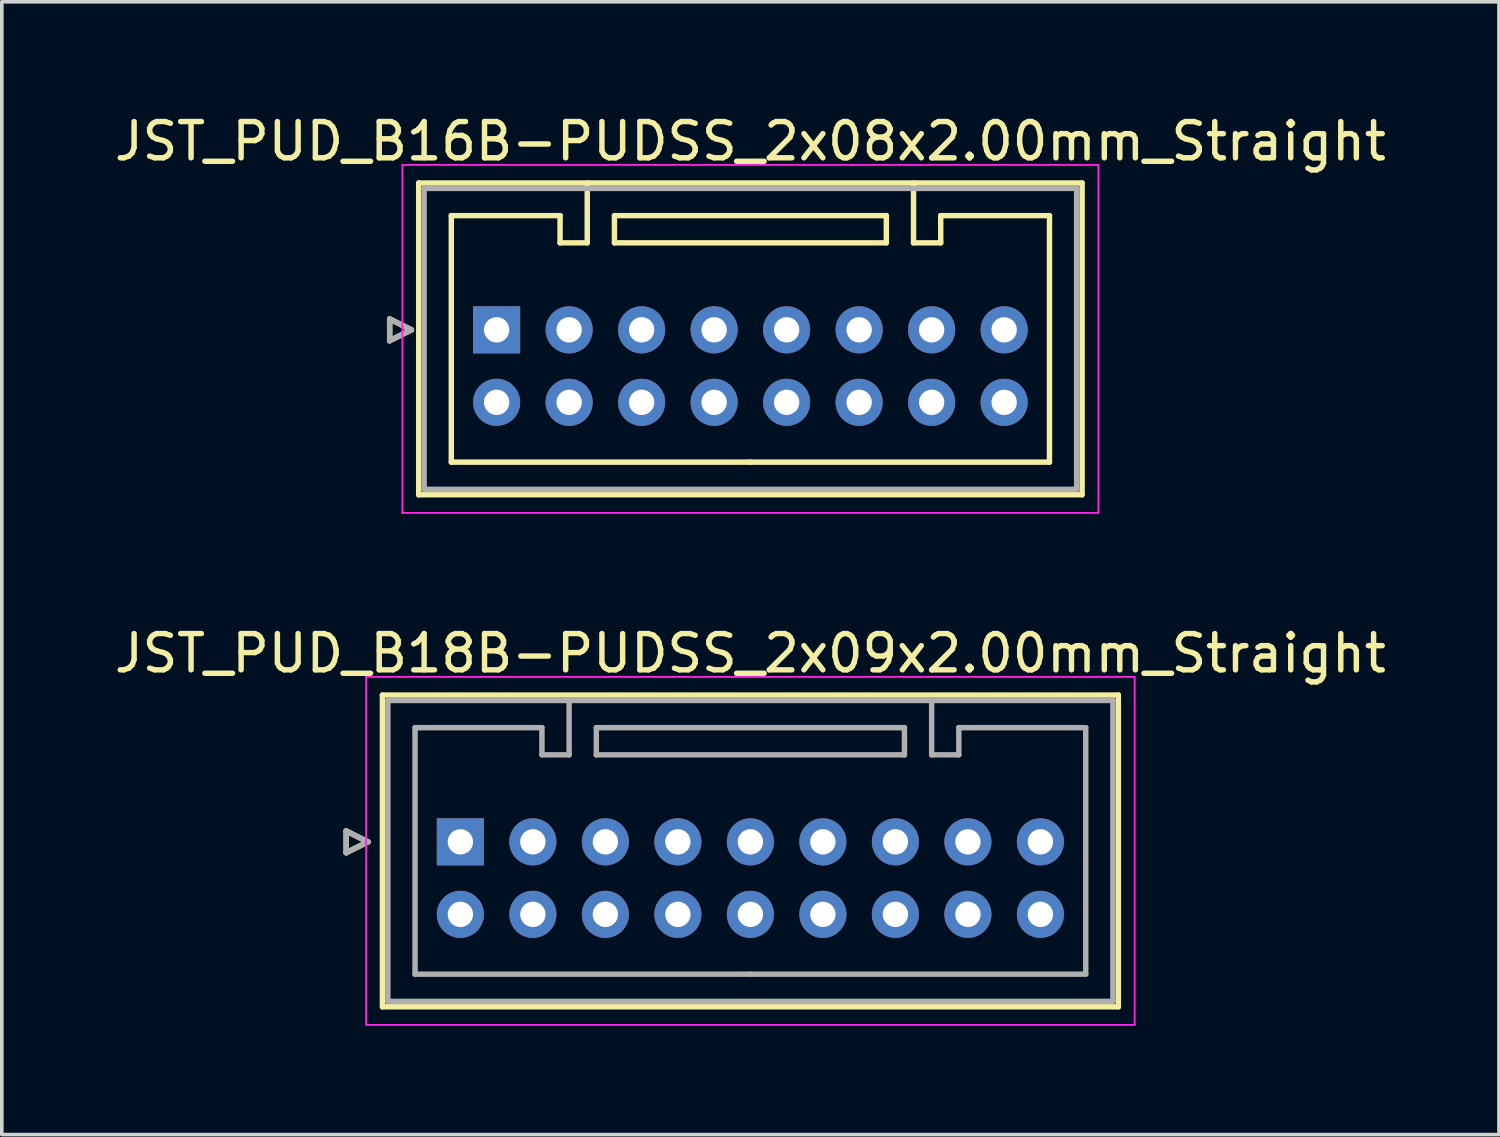
<source format=kicad_pcb>
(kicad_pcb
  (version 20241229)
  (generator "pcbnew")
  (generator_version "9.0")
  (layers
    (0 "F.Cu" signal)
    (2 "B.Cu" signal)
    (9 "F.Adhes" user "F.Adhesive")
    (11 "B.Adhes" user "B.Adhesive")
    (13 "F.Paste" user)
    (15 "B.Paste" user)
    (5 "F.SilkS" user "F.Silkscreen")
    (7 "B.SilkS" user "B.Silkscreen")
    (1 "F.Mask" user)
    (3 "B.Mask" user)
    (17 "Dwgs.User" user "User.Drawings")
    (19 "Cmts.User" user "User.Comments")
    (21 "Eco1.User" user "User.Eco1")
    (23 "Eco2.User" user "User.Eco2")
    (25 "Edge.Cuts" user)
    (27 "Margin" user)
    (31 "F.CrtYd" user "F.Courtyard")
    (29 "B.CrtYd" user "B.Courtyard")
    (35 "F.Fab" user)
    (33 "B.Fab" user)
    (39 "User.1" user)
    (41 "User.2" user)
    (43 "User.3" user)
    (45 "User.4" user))
  (footprint "JST_PUD_B18B-PUDSS_2x09x2.00mm_Straight"
    (layer "F.Cu")
    (at 9.649 20.172)
    (property "Reference" "JST_PUD_B18B-PUDSS_2x09x2.00mm_Straight" (at 8 -5.2 0) (layer "F.SilkS") (effects (font (size 1 1) (thickness 0.15))))
    (attr through_hole)
    (fp_line (start -3.15 -0.3) (end -2.55 0) (stroke (width 0.15) (type solid)) (layer "F.SilkS"))
    (fp_line (start -3.15 0.3) (end -3.15 -0.3) (stroke (width 0.15) (type solid)) (layer "F.SilkS"))
    (fp_line (start -2.55 0) (end -3.15 0.3) (stroke (width 0.15) (type solid)) (layer "F.SilkS"))
    (fp_line (start -2.15 -4.05) (end -2.15 4.55) (stroke (width 0.15) (type solid)) (layer "F.SilkS"))
    (fp_line (start -2.15 4.55) (end 18.15 4.55) (stroke (width 0.15) (type solid)) (layer "F.SilkS"))
    (fp_line (start 18.15 -4.05) (end -2.15 -4.05) (stroke (width 0.15) (type solid)) (layer "F.SilkS"))
    (fp_line (start 18.15 4.55) (end 18.15 -4.05) (stroke (width 0.15) (type solid)) (layer "F.SilkS"))
    (fp_line (start -2.6 -4.55) (end -2.6 5.05) (stroke (width 0.05) (type solid)) (layer "F.CrtYd"))
    (fp_line (start -2.6 5.05) (end 18.6 5.05) (stroke (width 0.05) (type solid)) (layer "F.CrtYd"))
    (fp_line (start 18.6 -4.55) (end -2.6 -4.55) (stroke (width 0.05) (type solid)) (layer "F.CrtYd"))
    (fp_line (start 18.6 5.05) (end 18.6 -4.55) (stroke (width 0.05) (type solid)) (layer "F.CrtYd"))
    (fp_line (start -3.15 -0.3) (end -2.55 0) (stroke (width 0.15) (type solid)) (layer "F.Fab"))
    (fp_line (start -3.15 0.3) (end -3.15 -0.3) (stroke (width 0.15) (type solid)) (layer "F.Fab"))
    (fp_line (start -2.55 0) (end -3.15 0.3) (stroke (width 0.15) (type solid)) (layer "F.Fab"))
    (fp_line (start -2 -3.9) (end -2 4.4) (stroke (width 0.15) (type solid)) (layer "F.Fab"))
    (fp_line (start -2 4.4) (end 18 4.4) (stroke (width 0.15) (type solid)) (layer "F.Fab"))
    (fp_line (start -1.25 -3.15) (end -1.25 3.65) (stroke (width 0.15) (type solid)) (layer "F.Fab"))
    (fp_line (start -1.25 3.65) (end 8 3.65) (stroke (width 0.15) (type solid)) (layer "F.Fab"))
    (fp_line (start 2.25 -3.15) (end -1.25 -3.15) (stroke (width 0.15) (type solid)) (layer "F.Fab"))
    (fp_line (start 2.25 -2.4) (end 2.25 -3.15) (stroke (width 0.15) (type solid)) (layer "F.Fab"))
    (fp_line (start 3 -3.9) (end 3 -2.4) (stroke (width 0.15) (type solid)) (layer "F.Fab"))
    (fp_line (start 3 -2.4) (end 2.25 -2.4) (stroke (width 0.15) (type solid)) (layer "F.Fab"))
    (fp_line (start 3.75 -3.15) (end 3.75 -2.4) (stroke (width 0.15) (type solid)) (layer "F.Fab"))
    (fp_line (start 3.75 -2.4) (end 12.25 -2.4) (stroke (width 0.15) (type solid)) (layer "F.Fab"))
    (fp_line (start 12.25 -3.15) (end 3.75 -3.15) (stroke (width 0.15) (type solid)) (layer "F.Fab"))
    (fp_line (start 12.25 -2.4) (end 12.25 -3.15) (stroke (width 0.15) (type solid)) (layer "F.Fab"))
    (fp_line (start 13 -3.9) (end 13 -2.4) (stroke (width 0.15) (type solid)) (layer "F.Fab"))
    (fp_line (start 13 -2.4) (end 13.75 -2.4) (stroke (width 0.15) (type solid)) (layer "F.Fab"))
    (fp_line (start 13.75 -3.15) (end 17.25 -3.15) (stroke (width 0.15) (type solid)) (layer "F.Fab"))
    (fp_line (start 13.75 -2.4) (end 13.75 -3.15) (stroke (width 0.15) (type solid)) (layer "F.Fab"))
    (fp_line (start 17.25 -3.15) (end 17.25 3.65) (stroke (width 0.15) (type solid)) (layer "F.Fab"))
    (fp_line (start 17.25 3.65) (end 8 3.65) (stroke (width 0.15) (type solid)) (layer "F.Fab"))
    (fp_line (start 18 -3.9) (end -2 -3.9) (stroke (width 0.15) (type solid)) (layer "F.Fab"))
    (fp_line (start 18 4.4) (end 18 -3.9) (stroke (width 0.15) (type solid)) (layer "F.Fab"))
    (pad "1" thru_hole rect (at 0 0) (size 1.3 1.3) (drill 0.7) (layers "*.Cu" "*.Mask"))
    (pad "2" thru_hole circle (at 0 2) (size 1.3 1.3) (drill 0.7) (layers "*.Cu" "*.Mask"))
    (pad "3" thru_hole circle (at 2 0) (size 1.3 1.3) (drill 0.7) (layers "*.Cu" "*.Mask"))
    (pad "4" thru_hole circle (at 2 2) (size 1.3 1.3) (drill 0.7) (layers "*.Cu" "*.Mask"))
    (pad "5" thru_hole circle (at 4 0) (size 1.3 1.3) (drill 0.7) (layers "*.Cu" "*.Mask"))
    (pad "6" thru_hole circle (at 4 2) (size 1.3 1.3) (drill 0.7) (layers "*.Cu" "*.Mask"))
    (pad "7" thru_hole circle (at 6 0) (size 1.3 1.3) (drill 0.7) (layers "*.Cu" "*.Mask"))
    (pad "8" thru_hole circle (at 6 2) (size 1.3 1.3) (drill 0.7) (layers "*.Cu" "*.Mask"))
    (pad "9" thru_hole circle (at 8 0) (size 1.3 1.3) (drill 0.7) (layers "*.Cu" "*.Mask"))
    (pad "10" thru_hole circle (at 8 2) (size 1.3 1.3) (drill 0.7) (layers "*.Cu" "*.Mask"))
    (pad "11" thru_hole circle (at 10 0) (size 1.3 1.3) (drill 0.7) (layers "*.Cu" "*.Mask"))
    (pad "12" thru_hole circle (at 10 2) (size 1.3 1.3) (drill 0.7) (layers "*.Cu" "*.Mask"))
    (pad "13" thru_hole circle (at 12 0) (size 1.3 1.3) (drill 0.7) (layers "*.Cu" "*.Mask"))
    (pad "14" thru_hole circle (at 12 2) (size 1.3 1.3) (drill 0.7) (layers "*.Cu" "*.Mask"))
    (pad "15" thru_hole circle (at 14 0) (size 1.3 1.3) (drill 0.7) (layers "*.Cu" "*.Mask"))
    (pad "16" thru_hole circle (at 14 2) (size 1.3 1.3) (drill 0.7) (layers "*.Cu" "*.Mask"))
    (pad "17" thru_hole circle (at 16 0) (size 1.3 1.3) (drill 0.7) (layers "*.Cu" "*.Mask"))
    (pad "18" thru_hole circle (at 16 2) (size 1.3 1.3) (drill 0.7) (layers "*.Cu" "*.Mask")))
  (footprint "JST_PUD_B16B-PUDSS_2x08x2.00mm_Straight"
    (layer "F.Cu")
    (at 10.649 6.048)
    (property "Reference" "JST_PUD_B16B-PUDSS_2x08x2.00mm_Straight" (at 7 -5.2 0) (layer "F.SilkS") (effects (font (size 1 1) (thickness 0.15))))
    (attr through_hole)
    (fp_line (start -2.95 -0.3) (end -2.35 0) (stroke (width 0.15) (type solid)) (layer "F.SilkS"))
    (fp_line (start -2.95 0.3) (end -2.95 -0.3) (stroke (width 0.15) (type solid)) (layer "F.SilkS"))
    (fp_line (start -2.35 0) (end -2.95 0.3) (stroke (width 0.15) (type solid)) (layer "F.SilkS"))
    (fp_line (start -2.15 -4.05) (end -2.15 4.55) (stroke (width 0.15) (type solid)) (layer "F.SilkS"))
    (fp_line (start -2.15 4.55) (end 16.15 4.55) (stroke (width 0.15) (type solid)) (layer "F.SilkS"))
    (fp_line (start -1.25 -3.15) (end -1.25 3.65) (stroke (width 0.15) (type solid)) (layer "F.SilkS"))
    (fp_line (start -1.25 3.65) (end 7 3.65) (stroke (width 0.15) (type solid)) (layer "F.SilkS"))
    (fp_line (start 1.75 -3.15) (end -1.25 -3.15) (stroke (width 0.15) (type solid)) (layer "F.SilkS"))
    (fp_line (start 1.75 -2.4) (end 1.75 -3.15) (stroke (width 0.15) (type solid)) (layer "F.SilkS"))
    (fp_line (start 2.5 -4.05) (end 2.5 -2.4) (stroke (width 0.15) (type solid)) (layer "F.SilkS"))
    (fp_line (start 2.5 -2.4) (end 1.75 -2.4) (stroke (width 0.15) (type solid)) (layer "F.SilkS"))
    (fp_line (start 3.25 -3.15) (end 3.25 -2.4) (stroke (width 0.15) (type solid)) (layer "F.SilkS"))
    (fp_line (start 3.25 -2.4) (end 10.75 -2.4) (stroke (width 0.15) (type solid)) (layer "F.SilkS"))
    (fp_line (start 10.75 -3.15) (end 3.25 -3.15) (stroke (width 0.15) (type solid)) (layer "F.SilkS"))
    (fp_line (start 10.75 -2.4) (end 10.75 -3.15) (stroke (width 0.15) (type solid)) (layer "F.SilkS"))
    (fp_line (start 11.5 -4.05) (end 11.5 -2.4) (stroke (width 0.15) (type solid)) (layer "F.SilkS"))
    (fp_line (start 11.5 -2.4) (end 12.25 -2.4) (stroke (width 0.15) (type solid)) (layer "F.SilkS"))
    (fp_line (start 12.25 -3.15) (end 15.25 -3.15) (stroke (width 0.15) (type solid)) (layer "F.SilkS"))
    (fp_line (start 12.25 -2.4) (end 12.25 -3.15) (stroke (width 0.15) (type solid)) (layer "F.SilkS"))
    (fp_line (start 15.25 -3.15) (end 15.25 3.65) (stroke (width 0.15) (type solid)) (layer "F.SilkS"))
    (fp_line (start 15.25 3.65) (end 7 3.65) (stroke (width 0.15) (type solid)) (layer "F.SilkS"))
    (fp_line (start 16.15 -4.05) (end -2.15 -4.05) (stroke (width 0.15) (type solid)) (layer "F.SilkS"))
    (fp_line (start 16.15 4.55) (end 16.15 -4.05) (stroke (width 0.15) (type solid)) (layer "F.SilkS"))
    (fp_line (start -2.6 -4.55) (end -2.6 5.05) (stroke (width 0.05) (type solid)) (layer "F.CrtYd"))
    (fp_line (start -2.6 5.05) (end 16.6 5.05) (stroke (width 0.05) (type solid)) (layer "F.CrtYd"))
    (fp_line (start 16.6 -4.55) (end -2.6 -4.55) (stroke (width 0.05) (type solid)) (layer "F.CrtYd"))
    (fp_line (start 16.6 5.05) (end 16.6 -4.55) (stroke (width 0.05) (type solid)) (layer "F.CrtYd"))
    (fp_line (start -2.95 -0.3) (end -2.35 0) (stroke (width 0.15) (type solid)) (layer "F.Fab"))
    (fp_line (start -2.95 0.3) (end -2.95 -0.3) (stroke (width 0.15) (type solid)) (layer "F.Fab"))
    (fp_line (start -2.35 0) (end -2.95 0.3) (stroke (width 0.15) (type solid)) (layer "F.Fab"))
    (fp_line (start -2 -3.9) (end -2 4.4) (stroke (width 0.15) (type solid)) (layer "F.Fab"))
    (fp_line (start -2 4.4) (end 16 4.4) (stroke (width 0.15) (type solid)) (layer "F.Fab"))
    (fp_line (start 16 -3.9) (end -2 -3.9) (stroke (width 0.15) (type solid)) (layer "F.Fab"))
    (fp_line (start 16 4.4) (end 16 -3.9) (stroke (width 0.15) (type solid)) (layer "F.Fab"))
    (pad "1" thru_hole rect (at 0 0) (size 1.3 1.3) (drill 0.7) (layers "*.Cu" "*.Mask"))
    (pad "2" thru_hole circle (at 0 2) (size 1.3 1.3) (drill 0.7) (layers "*.Cu" "*.Mask"))
    (pad "3" thru_hole circle (at 2 0) (size 1.3 1.3) (drill 0.7) (layers "*.Cu" "*.Mask"))
    (pad "4" thru_hole circle (at 2 2) (size 1.3 1.3) (drill 0.7) (layers "*.Cu" "*.Mask"))
    (pad "5" thru_hole circle (at 4 0) (size 1.3 1.3) (drill 0.7) (layers "*.Cu" "*.Mask"))
    (pad "6" thru_hole circle (at 4 2) (size 1.3 1.3) (drill 0.7) (layers "*.Cu" "*.Mask"))
    (pad "7" thru_hole circle (at 6 0) (size 1.3 1.3) (drill 0.7) (layers "*.Cu" "*.Mask"))
    (pad "8" thru_hole circle (at 6 2) (size 1.3 1.3) (drill 0.7) (layers "*.Cu" "*.Mask"))
    (pad "9" thru_hole circle (at 8 0) (size 1.3 1.3) (drill 0.7) (layers "*.Cu" "*.Mask"))
    (pad "10" thru_hole circle (at 8 2) (size 1.3 1.3) (drill 0.7) (layers "*.Cu" "*.Mask"))
    (pad "11" thru_hole circle (at 10 0) (size 1.3 1.3) (drill 0.7) (layers "*.Cu" "*.Mask"))
    (pad "12" thru_hole circle (at 10 2) (size 1.3 1.3) (drill 0.7) (layers "*.Cu" "*.Mask"))
    (pad "13" thru_hole circle (at 12 0) (size 1.3 1.3) (drill 0.7) (layers "*.Cu" "*.Mask"))
    (pad "14" thru_hole circle (at 12 2) (size 1.3 1.3) (drill 0.7) (layers "*.Cu" "*.Mask"))
    (pad "15" thru_hole circle (at 14 0) (size 1.3 1.3) (drill 0.7) (layers "*.Cu" "*.Mask"))
    (pad "16" thru_hole circle (at 14 2) (size 1.3 1.3) (drill 0.7) (layers "*.Cu" "*.Mask")))
  (gr_rect
    (start -3 -3)
    (end 38.298 28.247)
    (stroke (width 0.1) (type default))
    (fill no)
    (layer "Edge.Cuts")))
</source>
